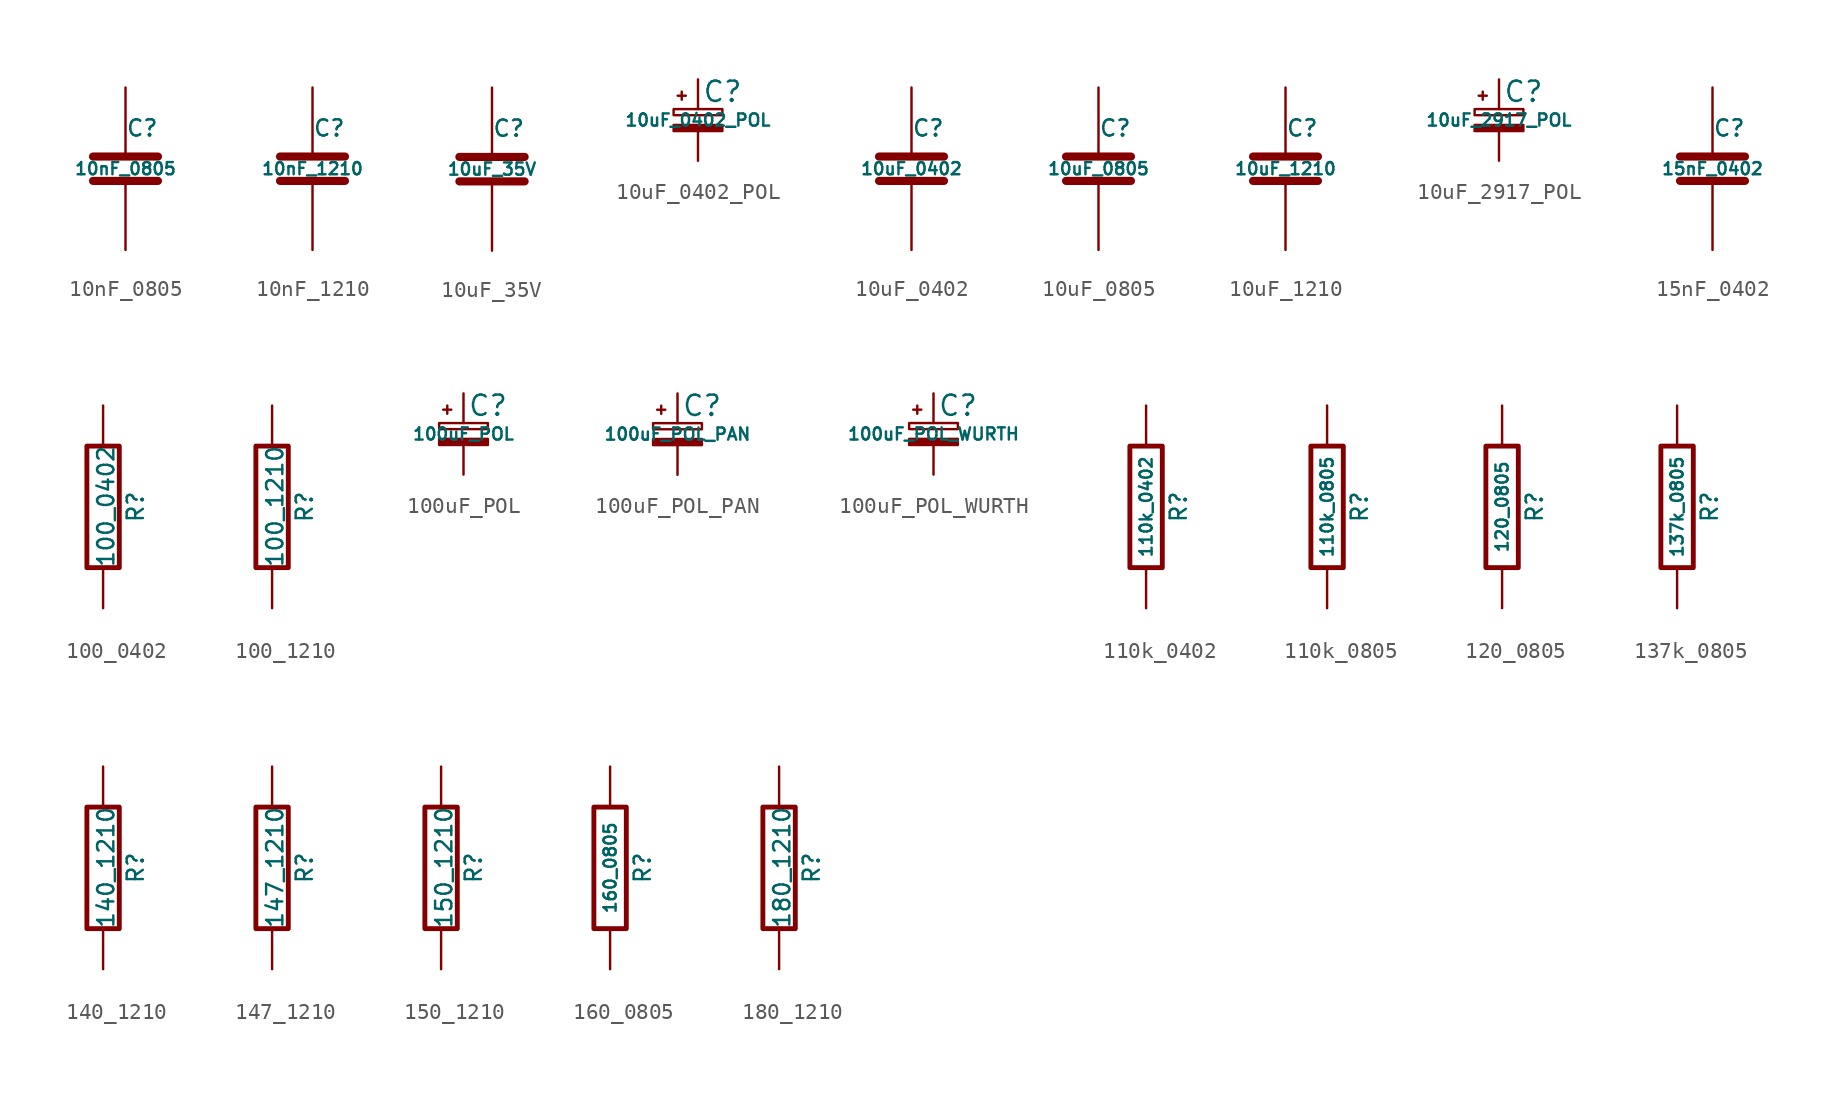
<source format=kicad_sym>
(kicad_symbol_lib
  (version 20211014)
  (generator kicad_symbol_editor)
  (symbol "10nF_0805"
    (pin_numbers hide)
    (pin_names
      (offset 0.254))
    (property "Reference" "C"
      (at 0 2.54 0)
      (effects (font (size 1.016 1.016)) (justify left)))
    (property "Value" "10nF_0805"
      (at 0 0 0)
      (effects (font (size 0.762 0.762))))
    (symbol "10nF_0805_0_1"
      (polyline (pts (xy -2.032 -0.762) (xy 2.032 -0.762)) (stroke (width 0.508) (type default) (color 0 0 0 0)) (fill (type none)))
      (polyline (pts (xy -2.032 0.762) (xy 2.032 0.762)) (stroke (width 0.508) (type default) (color 0 0 0 0)) (fill (type none))))
    (symbol "10nF_0805_1_1"
      (pin passive line (at 0 5.08 270) (length 4.318) (name "~" (effects (font (size 1.016 1.016)))) (number "1" (effects (font (size 1.016 1.016)))))
      (pin passive line (at 0 -5.08 90) (length 4.318) (name "~" (effects (font (size 1.016 1.016)))) (number "2" (effects (font (size 1.016 1.016)))))))
  (symbol "10nF_1210"
    (pin_numbers hide)
    (pin_names
      (offset 0.254))
    (property "Reference" "C"
      (at 0 2.54 0)
      (effects (font (size 1.016 1.016)) (justify left)))
    (property "Value" "10nF_1210"
      (at 0 0 0)
      (effects (font (size 0.762 0.762))))
    (property "Datasheet" ""
      (at 0 0 0)
      (effects (font (size 1.524 1.524))))
    (symbol "10nF_1210_0_1"
      (polyline (pts (xy -2.032 -0.762) (xy 2.032 -0.762)) (stroke (width 0.508) (type default) (color 0 0 0 0)) (fill (type none)))
      (polyline (pts (xy -2.032 0.762) (xy 2.032 0.762)) (stroke (width 0.508) (type default) (color 0 0 0 0)) (fill (type none))))
    (symbol "10nF_1210_1_1"
      (pin passive line (at 0 5.08 270) (length 4.318) (name "~" (effects (font (size 1.016 1.016)))) (number "1" (effects (font (size 1.016 1.016)))))
      (pin passive line (at 0 -5.08 90) (length 4.318) (name "~" (effects (font (size 1.016 1.016)))) (number "2" (effects (font (size 1.016 1.016)))))))
  (symbol "10uF_35V"
    (pin_numbers hide)
    (pin_names
      (offset 0.254))
    (property "Reference" "C"
      (at 0 2.54 0)
      (effects (font (size 1.016 1.016)) (justify left)))
    (property "Value" "10uF_35V"
      (at 0 0 0)
      (effects (font (size 0.762 0.762))))
    (property "Datasheet" ""
      (at 0 0 0)
      (effects (font (size 1.524 1.524))))
    (symbol "10uF_35V_0_1"
      (polyline (pts (xy -2.032 -0.762) (xy 2.032 -0.762)) (stroke (width 0.508) (type default) (color 0 0 0 0)) (fill (type none)))
      (polyline (pts (xy -2.032 0.762) (xy 2.032 0.762)) (stroke (width 0.508) (type default) (color 0 0 0 0)) (fill (type none))))
    (symbol "10uF_35V_1_1"
      (pin passive line (at 0 5.08 270) (length 4.318) (name "~" (effects (font (size 1.016 1.016)))) (number "1" (effects (font (size 1.016 1.016)))))
      (pin passive line (at 0 -5.08 90) (length 4.318) (name "~" (effects (font (size 1.016 1.016)))) (number "2" (effects (font (size 1.016 1.016)))))))
  (symbol "10uF_0402_POL"
    (pin_numbers hide)
    (pin_names
      (offset 0.254) hide)
    (property "Reference" "C"
      (at 0.254 1.778 0)
      (effects (font (size 1.27 1.27)) (justify left)))
    (property "Value" "10uF_0402_POL"
      (at 0 0 0)
      (effects (font (size 0.762 0.762))))
    (symbol "10uF_0402_POL_0_1"
      (rectangle (start -1.524 -0.305) (end 1.524 -0.686) (stroke (width 0) (type default) (color 0 0 0 0)) (fill (type outline)))
      (rectangle (start -1.524 0.686) (end 1.524 0.305) (stroke (width 0) (type default) (color 0 0 0 0)) (fill (type none)))
      (polyline (pts (xy -1.27 1.524) (xy -0.762 1.524)) (stroke (width 0) (type default) (color 0 0 0 0)) (fill (type none)))
      (polyline (pts (xy -1.016 1.27) (xy -1.016 1.778)) (stroke (width 0) (type default) (color 0 0 0 0)) (fill (type none))))
    (symbol "10uF_0402_POL_1_1"
      (pin passive line (at 0 2.54 270) (length 1.854) (name "~" (effects (font (size 1.016 1.016)))) (number "1" (effects (font (size 1.016 1.016)))))
      (pin passive line (at 0 -2.54 90) (length 1.854) (name "~" (effects (font (size 1.016 1.016)))) (number "2" (effects (font (size 1.016 1.016)))))))
  (symbol "10uF_0402"
    (pin_numbers hide)
    (pin_names
      (offset 0.254))
    (property "Reference" "C"
      (at 0 2.54 0)
      (effects (font (size 1.016 1.016)) (justify left)))
    (property "Value" "10uF_0402"
      (at 0 0 0)
      (effects (font (size 0.762 0.762))))
    (property "Datasheet" ""
      (at 0 0 0)
      (effects (font (size 1.524 1.524))))
    (symbol "10uF_0402_0_1"
      (polyline (pts (xy -2.032 -0.762) (xy 2.032 -0.762)) (stroke (width 0.508) (type default) (color 0 0 0 0)) (fill (type none)))
      (polyline (pts (xy -2.032 0.762) (xy 2.032 0.762)) (stroke (width 0.508) (type default) (color 0 0 0 0)) (fill (type none))))
    (symbol "10uF_0402_1_1"
      (pin passive line (at 0 5.08 270) (length 4.318) (name "~" (effects (font (size 1.016 1.016)))) (number "1" (effects (font (size 1.016 1.016)))))
      (pin passive line (at 0 -5.08 90) (length 4.318) (name "~" (effects (font (size 1.016 1.016)))) (number "2" (effects (font (size 1.016 1.016)))))))
  (symbol "10uF_0805"
    (pin_numbers hide)
    (pin_names
      (offset 0.254))
    (property "Reference" "C"
      (at 0 2.54 0)
      (effects (font (size 1.016 1.016)) (justify left)))
    (property "Value" "10uF_0805"
      (at 0 0 0)
      (effects (font (size 0.762 0.762))))
    (property "Datasheet" ""
      (at 0 0 0)
      (effects (font (size 1.524 1.524))))
    (symbol "10uF_0805_0_1"
      (polyline (pts (xy -2.032 -0.762) (xy 2.032 -0.762)) (stroke (width 0.508) (type default) (color 0 0 0 0)) (fill (type none)))
      (polyline (pts (xy -2.032 0.762) (xy 2.032 0.762)) (stroke (width 0.508) (type default) (color 0 0 0 0)) (fill (type none))))
    (symbol "10uF_0805_1_1"
      (pin passive line (at 0 5.08 270) (length 4.318) (name "~" (effects (font (size 1.016 1.016)))) (number "1" (effects (font (size 1.016 1.016)))))
      (pin passive line (at 0 -5.08 90) (length 4.318) (name "~" (effects (font (size 1.016 1.016)))) (number "2" (effects (font (size 1.016 1.016)))))))
  (symbol "10uF_1210"
    (pin_numbers hide)
    (pin_names
      (offset 0.254))
    (property "Reference" "C"
      (at 0 2.54 0)
      (effects (font (size 1.016 1.016)) (justify left)))
    (property "Value" "10uF_1210"
      (at 0 0 0)
      (effects (font (size 0.762 0.762))))
    (property "Datasheet" ""
      (at 0 0 0)
      (effects (font (size 1.524 1.524))))
    (symbol "10uF_1210_0_1"
      (polyline (pts (xy -2.032 -0.762) (xy 2.032 -0.762)) (stroke (width 0.508) (type default) (color 0 0 0 0)) (fill (type none)))
      (polyline (pts (xy -2.032 0.762) (xy 2.032 0.762)) (stroke (width 0.508) (type default) (color 0 0 0 0)) (fill (type none))))
    (symbol "10uF_1210_1_1"
      (pin passive line (at 0 5.08 270) (length 4.318) (name "~" (effects (font (size 1.016 1.016)))) (number "1" (effects (font (size 1.016 1.016)))))
      (pin passive line (at 0 -5.08 90) (length 4.318) (name "~" (effects (font (size 1.016 1.016)))) (number "2" (effects (font (size 1.016 1.016)))))))
  (symbol "10uF_2917_POL"
    (pin_numbers hide)
    (pin_names
      (offset 0.254) hide)
    (property "Reference" "C"
      (at 0.254 1.778 0)
      (effects (font (size 1.27 1.27)) (justify left)))
    (property "Value" "10uF_2917_POL"
      (at 0 0 0)
      (effects (font (size 0.762 0.762))))
    (symbol "10uF_2917_POL_0_1"
      (rectangle (start -1.524 -0.305) (end 1.524 -0.686) (stroke (width 0) (type default) (color 0 0 0 0)) (fill (type outline)))
      (rectangle (start -1.524 0.686) (end 1.524 0.305) (stroke (width 0) (type default) (color 0 0 0 0)) (fill (type none)))
      (polyline (pts (xy -1.27 1.524) (xy -0.762 1.524)) (stroke (width 0) (type default) (color 0 0 0 0)) (fill (type none)))
      (polyline (pts (xy -1.016 1.27) (xy -1.016 1.778)) (stroke (width 0) (type default) (color 0 0 0 0)) (fill (type none))))
    (symbol "10uF_2917_POL_1_1"
      (pin passive line (at 0 2.54 270) (length 1.854) (name "~" (effects (font (size 1.016 1.016)))) (number "1" (effects (font (size 1.016 1.016)))))
      (pin passive line (at 0 -2.54 90) (length 1.854) (name "~" (effects (font (size 1.016 1.016)))) (number "2" (effects (font (size 1.016 1.016)))))))
  (symbol "15nF_0402"
    (pin_numbers hide)
    (pin_names
      (offset 0.254))
    (property "Reference" "C"
      (at 0 2.54 0)
      (effects (font (size 1.016 1.016)) (justify left)))
    (property "Value" "15nF_0402"
      (at 0 0 0)
      (effects (font (size 0.762 0.762))))
    (symbol "15nF_0402_0_1"
      (polyline (pts (xy -2.032 -0.762) (xy 2.032 -0.762)) (stroke (width 0.508) (type default) (color 0 0 0 0)) (fill (type none)))
      (polyline (pts (xy -2.032 0.762) (xy 2.032 0.762)) (stroke (width 0.508) (type default) (color 0 0 0 0)) (fill (type none))))
    (symbol "15nF_0402_1_1"
      (pin passive line (at 0 5.08 270) (length 4.318) (name "~" (effects (font (size 1.016 1.016)))) (number "1" (effects (font (size 1.016 1.016)))))
      (pin passive line (at 0 -5.08 90) (length 4.318) (name "~" (effects (font (size 1.016 1.016)))) (number "2" (effects (font (size 1.016 1.016)))))))
  (symbol "100_0402"
    (pin_numbers hide)
    (pin_names
      (offset 0))
    (property "Reference" "R"
      (at 2.032 0 90)
      (effects (font (size 1.016 1.016))))
    (property "Value" "100_0402"
      (at 0.178 0.025 90)
      (effects (font (size 1.016 1.016))))
    (property "Datasheet" ""
      (at 0 0 0)
      (effects (font (size 0.762 0.762))))
    (symbol "100_0402_0_1"
      (rectangle (start -1.016 3.81) (end 1.016 -3.81) (stroke (width 0.305) (type default) (color 0 0 0 0)) (fill (type none))))
    (symbol "100_0402_1_1"
      (pin passive line (at 0 6.35 270) (length 2.54) (name "~" (effects (font (size 1.524 1.524)))) (number "1" (effects (font (size 1.524 1.524)))))
      (pin passive line (at 0 -6.35 90) (length 2.54) (name "~" (effects (font (size 1.524 1.524)))) (number "2" (effects (font (size 1.524 1.524)))))))
  (symbol "100_1210"
    (pin_numbers hide)
    (pin_names
      (offset 0))
    (property "Reference" "R"
      (at 2.032 0 90)
      (effects (font (size 1.016 1.016))))
    (property "Value" "100_1210"
      (at 0.178 0.025 90)
      (effects (font (size 1.016 1.016))))
    (property "Datasheet" ""
      (at 0 0 0)
      (effects (font (size 0.762 0.762))))
    (symbol "100_1210_0_1"
      (rectangle (start -1.016 3.81) (end 1.016 -3.81) (stroke (width 0.305) (type default) (color 0 0 0 0)) (fill (type none))))
    (symbol "100_1210_1_1"
      (pin passive line (at 0 6.35 270) (length 2.54) (name "~" (effects (font (size 1.524 1.524)))) (number "1" (effects (font (size 1.524 1.524)))))
      (pin passive line (at 0 -6.35 90) (length 2.54) (name "~" (effects (font (size 1.524 1.524)))) (number "2" (effects (font (size 1.524 1.524)))))))
  (symbol "100uF_POL"
    (pin_numbers hide)
    (pin_names
      (offset 0.254) hide)
    (property "Reference" "C"
      (at 0.254 1.778 0)
      (effects (font (size 1.27 1.27)) (justify left)))
    (property "Value" "100uF_POL"
      (at 0 0 0)
      (effects (font (size 0.762 0.762))))
    (symbol "100uF_POL_0_1"
      (rectangle (start -1.524 -0.305) (end 1.524 -0.686) (stroke (width 0) (type default) (color 0 0 0 0)) (fill (type outline)))
      (rectangle (start -1.524 0.686) (end 1.524 0.305) (stroke (width 0) (type default) (color 0 0 0 0)) (fill (type none)))
      (polyline (pts (xy -1.27 1.524) (xy -0.762 1.524)) (stroke (width 0) (type default) (color 0 0 0 0)) (fill (type none)))
      (polyline (pts (xy -1.016 1.27) (xy -1.016 1.778)) (stroke (width 0) (type default) (color 0 0 0 0)) (fill (type none))))
    (symbol "100uF_POL_1_1"
      (pin passive line (at 0 2.54 270) (length 1.854) (name "~" (effects (font (size 1.016 1.016)))) (number "1" (effects (font (size 1.016 1.016)))))
      (pin passive line (at 0 -2.54 90) (length 1.854) (name "~" (effects (font (size 1.016 1.016)))) (number "2" (effects (font (size 1.016 1.016)))))))
  (symbol "100uF_POL_PAN"
    (pin_numbers hide)
    (pin_names
      (offset 0.254) hide)
    (property "Reference" "C"
      (at 0.254 1.778 0)
      (effects (font (size 1.27 1.27)) (justify left)))
    (property "Value" "100uF_POL_PAN"
      (at 0 0 0)
      (effects (font (size 0.762 0.762))))
    (symbol "100uF_POL_PAN_0_1"
      (rectangle (start -1.524 -0.305) (end 1.524 -0.686) (stroke (width 0) (type default) (color 0 0 0 0)) (fill (type outline)))
      (rectangle (start -1.524 0.686) (end 1.524 0.305) (stroke (width 0) (type default) (color 0 0 0 0)) (fill (type none)))
      (polyline (pts (xy -1.27 1.524) (xy -0.762 1.524)) (stroke (width 0) (type default) (color 0 0 0 0)) (fill (type none)))
      (polyline (pts (xy -1.016 1.27) (xy -1.016 1.778)) (stroke (width 0) (type default) (color 0 0 0 0)) (fill (type none))))
    (symbol "100uF_POL_PAN_1_1"
      (pin passive line (at 0 2.54 270) (length 1.854) (name "~" (effects (font (size 1.016 1.016)))) (number "1" (effects (font (size 1.016 1.016)))))
      (pin passive line (at 0 -2.54 90) (length 1.854) (name "~" (effects (font (size 1.016 1.016)))) (number "2" (effects (font (size 1.016 1.016)))))))
  (symbol "100uF_POL_WURTH"
    (pin_numbers hide)
    (pin_names
      (offset 0.254) hide)
    (property "Reference" "C"
      (at 0.254 1.778 0)
      (effects (font (size 1.27 1.27)) (justify left)))
    (property "Value" "100uF_POL_WURTH"
      (at 0 0 0)
      (effects (font (size 0.762 0.762))))
    (symbol "100uF_POL_WURTH_0_1"
      (rectangle (start -1.524 -0.305) (end 1.524 -0.686) (stroke (width 0) (type default) (color 0 0 0 0)) (fill (type outline)))
      (rectangle (start -1.524 0.686) (end 1.524 0.305) (stroke (width 0) (type default) (color 0 0 0 0)) (fill (type none)))
      (polyline (pts (xy -1.27 1.524) (xy -0.762 1.524)) (stroke (width 0) (type default) (color 0 0 0 0)) (fill (type none)))
      (polyline (pts (xy -1.016 1.27) (xy -1.016 1.778)) (stroke (width 0) (type default) (color 0 0 0 0)) (fill (type none))))
    (symbol "100uF_POL_WURTH_1_1"
      (pin passive line (at 0 2.54 270) (length 1.854) (name "~" (effects (font (size 1.016 1.016)))) (number "1" (effects (font (size 1.016 1.016)))))
      (pin passive line (at 0 -2.54 90) (length 1.854) (name "~" (effects (font (size 1.016 1.016)))) (number "2" (effects (font (size 1.016 1.016)))))))
  (symbol "110k_0402"
    (pin_numbers hide)
    (pin_names
      (offset 0))
    (property "Reference" "R"
      (at 2.032 0 90)
      (effects (font (size 1.016 1.016))))
    (property "Value" "110k_0402"
      (at 0 0 90)
      (effects (font (size 0.762 0.762))))
    (property "Datasheet" ""
      (at 2.032 0 90)
      (effects (font (size 0.762 0.762))))
    (symbol "110k_0402_0_1"
      (rectangle (start -1.016 3.81) (end 1.016 -3.81) (stroke (width 0.305) (type default) (color 0 0 0 0)) (fill (type none))))
    (symbol "110k_0402_1_1"
      (pin passive line (at 0 6.35 270) (length 2.54) (name "~" (effects (font (size 1.524 1.524)))) (number "1" (effects (font (size 1.524 1.524)))))
      (pin passive line (at 0 -6.35 90) (length 2.54) (name "~" (effects (font (size 1.524 1.524)))) (number "2" (effects (font (size 1.524 1.524)))))))
  (symbol "110k_0805"
    (pin_numbers hide)
    (pin_names
      (offset 0))
    (property "Reference" "R"
      (at 2.032 0 90)
      (effects (font (size 1.016 1.016))))
    (property "Value" "110k_0805"
      (at 0 0 90)
      (effects (font (size 0.762 0.762))))
    (property "Datasheet" ""
      (at 2.032 0 90)
      (effects (font (size 0.762 0.762))))
    (symbol "110k_0805_0_1"
      (rectangle (start -1.016 3.81) (end 1.016 -3.81) (stroke (width 0.305) (type default) (color 0 0 0 0)) (fill (type none))))
    (symbol "110k_0805_1_1"
      (pin passive line (at 0 6.35 270) (length 2.54) (name "~" (effects (font (size 1.524 1.524)))) (number "1" (effects (font (size 1.524 1.524)))))
      (pin passive line (at 0 -6.35 90) (length 2.54) (name "~" (effects (font (size 1.524 1.524)))) (number "2" (effects (font (size 1.524 1.524)))))))
  (symbol "120_0805"
    (pin_numbers hide)
    (pin_names
      (offset 0))
    (property "Reference" "R"
      (at 2.032 0 90)
      (effects (font (size 1.016 1.016))))
    (property "Value" "120_0805"
      (at 0 0 90)
      (effects (font (size 0.762 0.762))))
    (property "Datasheet" ""
      (at 2.032 0 90)
      (effects (font (size 0.762 0.762))))
    (symbol "120_0805_0_1"
      (rectangle (start -1.016 3.81) (end 1.016 -3.81) (stroke (width 0.305) (type default) (color 0 0 0 0)) (fill (type none))))
    (symbol "120_0805_1_1"
      (pin passive line (at 0 6.35 270) (length 2.54) (name "~" (effects (font (size 1.524 1.524)))) (number "1" (effects (font (size 1.524 1.524)))))
      (pin passive line (at 0 -6.35 90) (length 2.54) (name "~" (effects (font (size 1.524 1.524)))) (number "2" (effects (font (size 1.524 1.524)))))))
  (symbol "137k_0805"
    (pin_numbers hide)
    (pin_names
      (offset 0))
    (property "Reference" "R"
      (at 2.032 0 90)
      (effects (font (size 1.016 1.016))))
    (property "Value" "137k_0805"
      (at 0 0 90)
      (effects (font (size 0.762 0.762))))
    (property "Datasheet" ""
      (at 2.032 0 90)
      (effects (font (size 0.762 0.762))))
    (symbol "137k_0805_0_1"
      (rectangle (start -1.016 3.81) (end 1.016 -3.81) (stroke (width 0.305) (type default) (color 0 0 0 0)) (fill (type none))))
    (symbol "137k_0805_1_1"
      (pin passive line (at 0 6.35 270) (length 2.54) (name "~" (effects (font (size 1.524 1.524)))) (number "1" (effects (font (size 1.524 1.524)))))
      (pin passive line (at 0 -6.35 90) (length 2.54) (name "~" (effects (font (size 1.524 1.524)))) (number "2" (effects (font (size 1.524 1.524)))))))
  (symbol "140_1210"
    (pin_numbers hide)
    (pin_names
      (offset 0))
    (property "Reference" "R"
      (at 2.032 0 90)
      (effects (font (size 1.016 1.016))))
    (property "Value" "140_1210"
      (at 0.178 0.025 90)
      (effects (font (size 1.016 1.016))))
    (property "Datasheet" ""
      (at 0 0 0)
      (effects (font (size 0.762 0.762))))
    (symbol "140_1210_0_1"
      (rectangle (start -1.016 3.81) (end 1.016 -3.81) (stroke (width 0.305) (type default) (color 0 0 0 0)) (fill (type none))))
    (symbol "140_1210_1_1"
      (pin passive line (at 0 6.35 270) (length 2.54) (name "~" (effects (font (size 1.524 1.524)))) (number "1" (effects (font (size 1.524 1.524)))))
      (pin passive line (at 0 -6.35 90) (length 2.54) (name "~" (effects (font (size 1.524 1.524)))) (number "2" (effects (font (size 1.524 1.524)))))))
  (symbol "147_1210"
    (pin_numbers hide)
    (pin_names
      (offset 0))
    (property "Reference" "R"
      (at 2.032 0 90)
      (effects (font (size 1.016 1.016))))
    (property "Value" "147_1210"
      (at 0.178 0.025 90)
      (effects (font (size 1.016 1.016))))
    (property "Datasheet" ""
      (at 0 0 0)
      (effects (font (size 0.762 0.762))))
    (symbol "147_1210_0_1"
      (rectangle (start -1.016 3.81) (end 1.016 -3.81) (stroke (width 0.305) (type default) (color 0 0 0 0)) (fill (type none))))
    (symbol "147_1210_1_1"
      (pin passive line (at 0 6.35 270) (length 2.54) (name "~" (effects (font (size 1.524 1.524)))) (number "1" (effects (font (size 1.524 1.524)))))
      (pin passive line (at 0 -6.35 90) (length 2.54) (name "~" (effects (font (size 1.524 1.524)))) (number "2" (effects (font (size 1.524 1.524)))))))
  (symbol "150_1210"
    (pin_numbers hide)
    (pin_names
      (offset 0))
    (property "Reference" "R"
      (at 2.032 0 90)
      (effects (font (size 1.016 1.016))))
    (property "Value" "150_1210"
      (at 0.178 0.025 90)
      (effects (font (size 1.016 1.016))))
    (property "Datasheet" ""
      (at 0 0 0)
      (effects (font (size 0.762 0.762))))
    (symbol "150_1210_0_1"
      (rectangle (start -1.016 3.81) (end 1.016 -3.81) (stroke (width 0.305) (type default) (color 0 0 0 0)) (fill (type none))))
    (symbol "150_1210_1_1"
      (pin passive line (at 0 6.35 270) (length 2.54) (name "~" (effects (font (size 1.524 1.524)))) (number "1" (effects (font (size 1.524 1.524)))))
      (pin passive line (at 0 -6.35 90) (length 2.54) (name "~" (effects (font (size 1.524 1.524)))) (number "2" (effects (font (size 1.524 1.524)))))))
  (symbol "160_0805"
    (pin_numbers hide)
    (pin_names
      (offset 0))
    (property "Reference" "R"
      (at 2.032 0 90)
      (effects (font (size 1.016 1.016))))
    (property "Value" "160_0805"
      (at 0 0 90)
      (effects (font (size 0.762 0.762))))
    (property "Datasheet" ""
      (at 2.032 0 90)
      (effects (font (size 0.762 0.762))))
    (symbol "160_0805_0_1"
      (rectangle (start -1.016 3.81) (end 1.016 -3.81) (stroke (width 0.305) (type default) (color 0 0 0 0)) (fill (type none))))
    (symbol "160_0805_1_1"
      (pin passive line (at 0 6.35 270) (length 2.54) (name "~" (effects (font (size 1.524 1.524)))) (number "1" (effects (font (size 1.524 1.524)))))
      (pin passive line (at 0 -6.35 90) (length 2.54) (name "~" (effects (font (size 1.524 1.524)))) (number "2" (effects (font (size 1.524 1.524)))))))
  (symbol "180_1210"
    (pin_numbers hide)
    (pin_names
      (offset 0))
    (property "Reference" "R"
      (at 2.032 0 90)
      (effects (font (size 1.016 1.016))))
    (property "Value" "180_1210"
      (at 0.178 0.025 90)
      (effects (font (size 1.016 1.016))))
    (property "Datasheet" ""
      (at 2.032 0 90)
      (effects (font (size 0.762 0.762))))
    (symbol "180_1210_0_1"
      (rectangle (start -1.016 3.81) (end 1.016 -3.81) (stroke (width 0.305) (type default) (color 0 0 0 0)) (fill (type none))))
    (symbol "180_1210_1_1"
      (pin passive line (at 0 6.35 270) (length 2.54) (name "~" (effects (font (size 1.524 1.524)))) (number "1" (effects (font (size 1.524 1.524)))))
      (pin passive line (at 0 -6.35 90) (length 2.54) (name "~" (effects (font (size 1.524 1.524)))) (number "2" (effects (font (size 1.524 1.524))))))))
</source>
